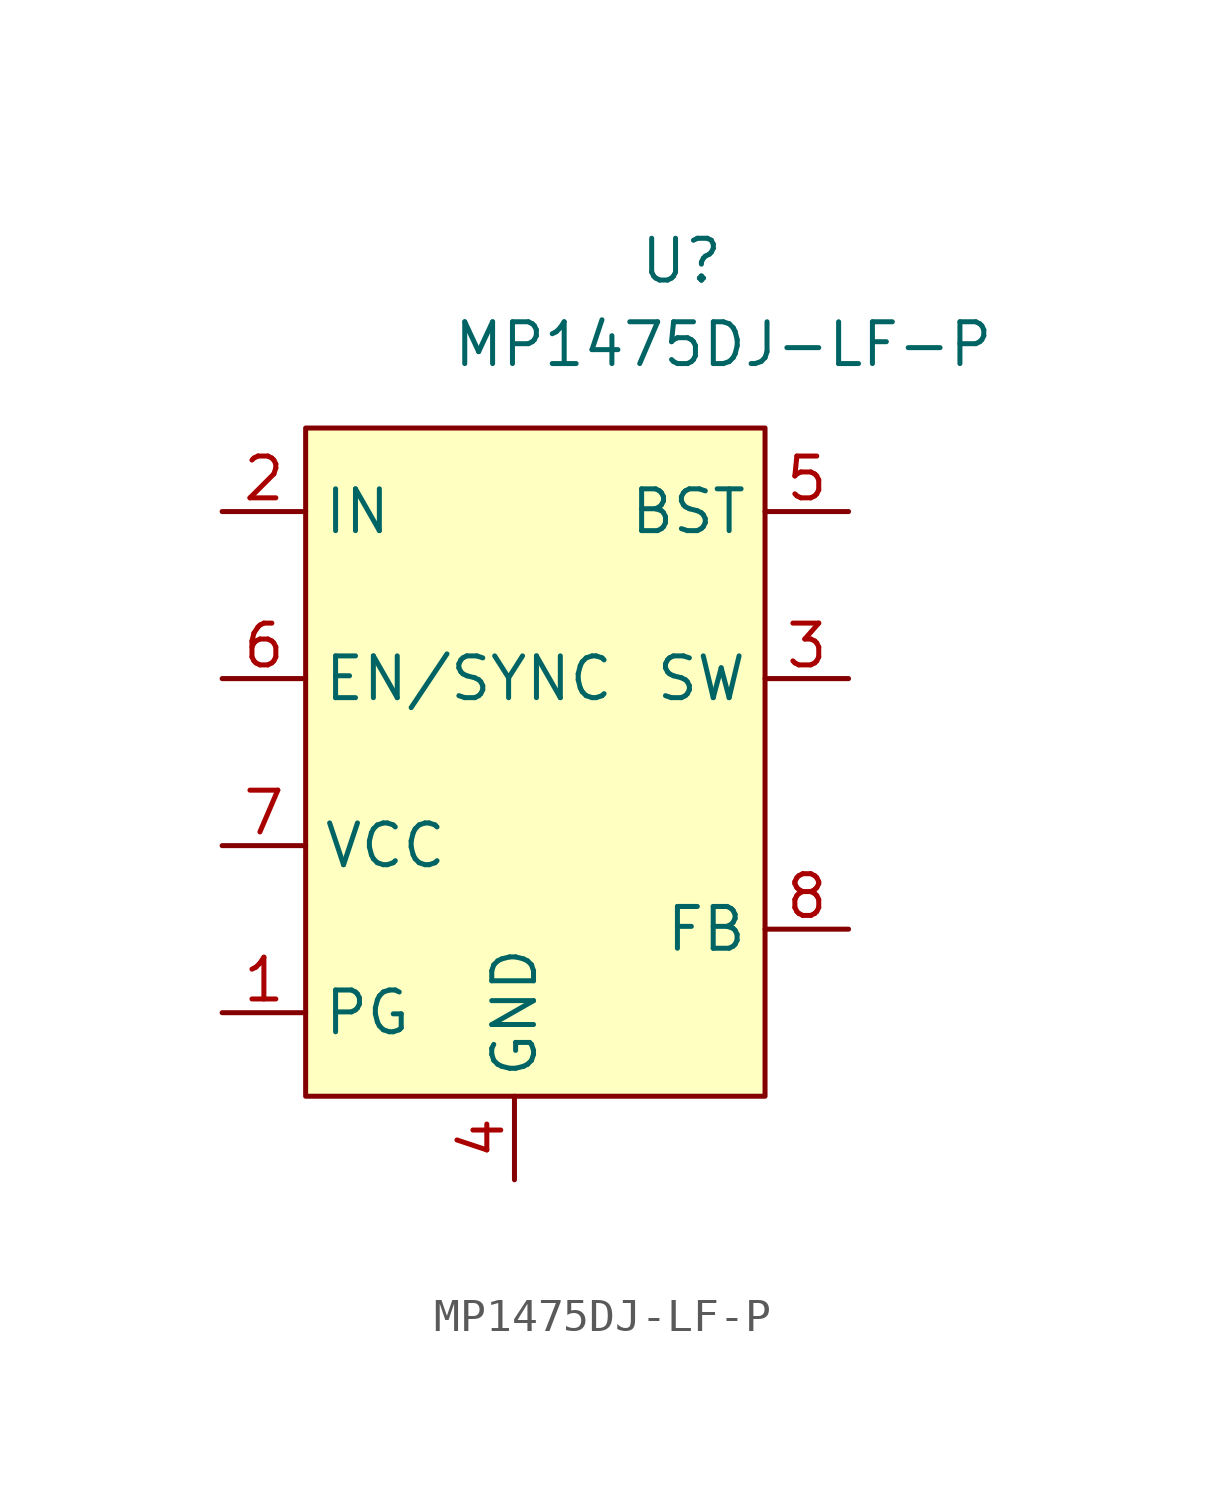
<source format=kicad_sym>
(kicad_symbol_lib
  (version 20220914)
  (generator kicad_symbol_editor)
  (symbol "MP1475DJ-LF-P"
    (property "Reference" "U"
      (at -1.27 3.81 0)
      (effects (font (size 1.27 1.27))))
    (property "Value" "MP1475DJ-LF-P"
      (at 0 1.27 0)
      (effects (font (size 1.27 1.27))))
    (symbol "MP1475DJ-LF-P_1_1"
      (rectangle (start -12.7 -1.27) (end 1.27 -21.59) (stroke (width 0) (type default)) (fill (type background)))
      (pin output line (at -15.24 -19.05 0) (length 2.54) (name "PG" (effects (font (size 1.27 1.27)))) (number "1" (effects (font (size 1.27 1.27)))))
      (pin power_in line (at -15.24 -3.81 0) (length 2.54) (name "IN" (effects (font (size 1.27 1.27)))) (number "2" (effects (font (size 1.27 1.27)))))
      (pin output line (at 3.81 -8.89 180) (length 2.54) (name "SW" (effects (font (size 1.27 1.27)))) (number "3" (effects (font (size 1.27 1.27)))))
      (pin power_in line (at -6.35 -24.13 90) (length 2.54) (name "GND" (effects (font (size 1.27 1.27)))) (number "4" (effects (font (size 1.27 1.27)))))
      (pin output line (at 3.81 -3.81 180) (length 2.54) (name "BST" (effects (font (size 1.27 1.27)))) (number "5" (effects (font (size 1.27 1.27)))))
      (pin input line (at -15.24 -8.89 0) (length 2.54) (name "EN/SYNC" (effects (font (size 1.27 1.27)))) (number "6" (effects (font (size 1.27 1.27)))))
      (pin output line (at -15.24 -13.97 0) (length 2.54) (name "VCC" (effects (font (size 1.27 1.27)))) (number "7" (effects (font (size 1.27 1.27)))))
      (pin output line (at 3.81 -16.51 180) (length 2.54) (name "FB" (effects (font (size 1.27 1.27)))) (number "8" (effects (font (size 1.27 1.27))))))))
</source>
